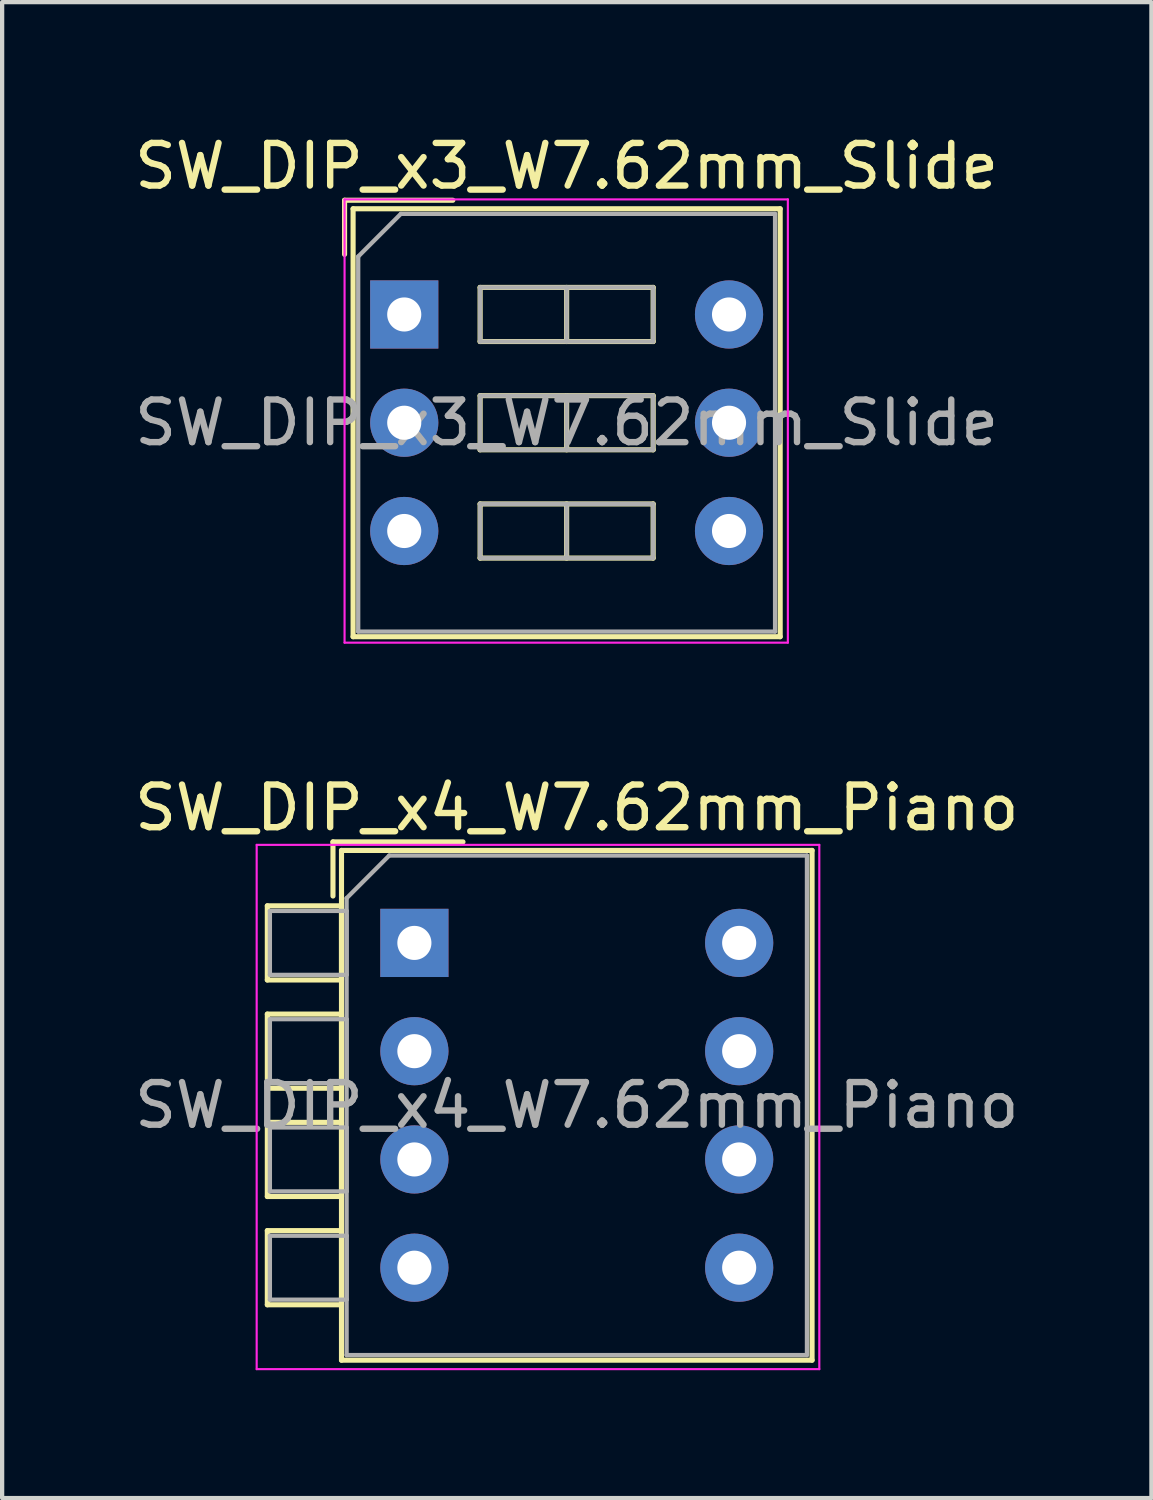
<source format=kicad_pcb>
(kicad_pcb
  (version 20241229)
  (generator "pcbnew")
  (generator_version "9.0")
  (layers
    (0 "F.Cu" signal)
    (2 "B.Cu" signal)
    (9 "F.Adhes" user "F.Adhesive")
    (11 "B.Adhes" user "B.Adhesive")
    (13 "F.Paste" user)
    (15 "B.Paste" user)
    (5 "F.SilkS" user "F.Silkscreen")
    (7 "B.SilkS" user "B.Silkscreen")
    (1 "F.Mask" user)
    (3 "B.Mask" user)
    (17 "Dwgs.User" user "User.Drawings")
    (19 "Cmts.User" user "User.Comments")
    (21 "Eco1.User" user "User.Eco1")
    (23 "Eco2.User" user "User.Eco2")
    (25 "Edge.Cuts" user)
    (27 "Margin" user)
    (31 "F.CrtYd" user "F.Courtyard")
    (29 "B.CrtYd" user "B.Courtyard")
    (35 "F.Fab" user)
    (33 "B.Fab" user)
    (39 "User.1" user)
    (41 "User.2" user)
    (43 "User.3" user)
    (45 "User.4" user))
  (footprint "SW_DIP_x3_W7.62mm_Slide"
    (layer "F.Cu")
    (at 6.434 4.328)
    (property "Reference" "SW_DIP_x3_W7.62mm_Slide" (at 3.81 -3.48 0) (layer "F.SilkS") (effects (font (size 1 1) (thickness 0.15))))
    (attr through_hole)
    (fp_line (start -1.4 -2.68) (end -1.4 -1.41) (stroke (width 0.12) (type solid)) (layer "F.SilkS"))
    (fp_line (start -1.4 -2.68) (end 1.14 -2.68) (stroke (width 0.12) (type solid)) (layer "F.SilkS"))
    (fp_line (start -1.2 -2.48) (end 8.82 -2.48) (stroke (width 0.12) (type solid)) (layer "F.SilkS"))
    (fp_line (start -1.2 7.56) (end -1.2 -2.48) (stroke (width 0.12) (type solid)) (layer "F.SilkS"))
    (fp_line (start 1.78 -0.635) (end 1.78 0.635) (stroke (width 0.12) (type solid)) (layer "F.SilkS"))
    (fp_line (start 1.78 0.635) (end 5.84 0.635) (stroke (width 0.12) (type solid)) (layer "F.SilkS"))
    (fp_line (start 1.78 1.905) (end 1.78 3.175) (stroke (width 0.12) (type solid)) (layer "F.SilkS"))
    (fp_line (start 1.78 3.175) (end 5.84 3.175) (stroke (width 0.12) (type solid)) (layer "F.SilkS"))
    (fp_line (start 1.78 4.445) (end 1.78 5.715) (stroke (width 0.12) (type solid)) (layer "F.SilkS"))
    (fp_line (start 1.78 5.715) (end 5.84 5.715) (stroke (width 0.12) (type solid)) (layer "F.SilkS"))
    (fp_line (start 3.81 -0.635) (end 3.81 0.635) (stroke (width 0.12) (type solid)) (layer "F.SilkS"))
    (fp_line (start 3.81 1.905) (end 3.81 3.175) (stroke (width 0.12) (type solid)) (layer "F.SilkS"))
    (fp_line (start 3.81 4.445) (end 3.81 5.715) (stroke (width 0.12) (type solid)) (layer "F.SilkS"))
    (fp_line (start 5.84 -0.635) (end 1.78 -0.635) (stroke (width 0.12) (type solid)) (layer "F.SilkS"))
    (fp_line (start 5.84 0.635) (end 5.84 -0.635) (stroke (width 0.12) (type solid)) (layer "F.SilkS"))
    (fp_line (start 5.84 1.905) (end 1.78 1.905) (stroke (width 0.12) (type solid)) (layer "F.SilkS"))
    (fp_line (start 5.84 3.175) (end 5.84 1.905) (stroke (width 0.12) (type solid)) (layer "F.SilkS"))
    (fp_line (start 5.84 4.445) (end 1.78 4.445) (stroke (width 0.12) (type solid)) (layer "F.SilkS"))
    (fp_line (start 5.84 5.715) (end 5.84 4.445) (stroke (width 0.12) (type solid)) (layer "F.SilkS"))
    (fp_line (start 8.82 -2.48) (end 8.82 7.56) (stroke (width 0.12) (type solid)) (layer "F.SilkS"))
    (fp_line (start 8.82 7.56) (end -1.2 7.56) (stroke (width 0.12) (type solid)) (layer "F.SilkS"))
    (fp_line (start -1.4 -2.7) (end -1.4 7.7) (stroke (width 0.05) (type solid)) (layer "F.CrtYd"))
    (fp_line (start -1.4 7.7) (end 9 7.7) (stroke (width 0.05) (type solid)) (layer "F.CrtYd"))
    (fp_line (start 9 -2.7) (end -1.4 -2.7) (stroke (width 0.05) (type solid)) (layer "F.CrtYd"))
    (fp_line (start 9 7.7) (end 9 -2.7) (stroke (width 0.05) (type solid)) (layer "F.CrtYd"))
    (fp_line (start -1.08 -1.36) (end -0.08 -2.36) (stroke (width 0.1) (type solid)) (layer "F.Fab"))
    (fp_line (start -1.08 7.44) (end -1.08 -1.36) (stroke (width 0.1) (type solid)) (layer "F.Fab"))
    (fp_line (start -0.08 -2.36) (end 8.7 -2.36) (stroke (width 0.1) (type solid)) (layer "F.Fab"))
    (fp_line (start 1.78 -0.635) (end 1.78 0.635) (stroke (width 0.1) (type solid)) (layer "F.Fab"))
    (fp_line (start 1.78 0.635) (end 5.84 0.635) (stroke (width 0.1) (type solid)) (layer "F.Fab"))
    (fp_line (start 1.78 1.905) (end 1.78 3.175) (stroke (width 0.1) (type solid)) (layer "F.Fab"))
    (fp_line (start 1.78 3.175) (end 5.84 3.175) (stroke (width 0.1) (type solid)) (layer "F.Fab"))
    (fp_line (start 1.78 4.445) (end 1.78 5.715) (stroke (width 0.1) (type solid)) (layer "F.Fab"))
    (fp_line (start 1.78 5.715) (end 5.84 5.715) (stroke (width 0.1) (type solid)) (layer "F.Fab"))
    (fp_line (start 3.81 -0.635) (end 3.81 0.635) (stroke (width 0.1) (type solid)) (layer "F.Fab"))
    (fp_line (start 3.81 1.905) (end 3.81 3.175) (stroke (width 0.1) (type solid)) (layer "F.Fab"))
    (fp_line (start 3.81 4.445) (end 3.81 5.715) (stroke (width 0.1) (type solid)) (layer "F.Fab"))
    (fp_line (start 5.84 -0.635) (end 1.78 -0.635) (stroke (width 0.1) (type solid)) (layer "F.Fab"))
    (fp_line (start 5.84 0.635) (end 5.84 -0.635) (stroke (width 0.1) (type solid)) (layer "F.Fab"))
    (fp_line (start 5.84 1.905) (end 1.78 1.905) (stroke (width 0.1) (type solid)) (layer "F.Fab"))
    (fp_line (start 5.84 3.175) (end 5.84 1.905) (stroke (width 0.1) (type solid)) (layer "F.Fab"))
    (fp_line (start 5.84 4.445) (end 1.78 4.445) (stroke (width 0.1) (type solid)) (layer "F.Fab"))
    (fp_line (start 5.84 5.715) (end 5.84 4.445) (stroke (width 0.1) (type solid)) (layer "F.Fab"))
    (fp_line (start 8.7 -2.36) (end 8.7 7.44) (stroke (width 0.1) (type solid)) (layer "F.Fab"))
    (fp_line (start 8.7 7.44) (end -1.08 7.44) (stroke (width 0.1) (type solid)) (layer "F.Fab"))
    (fp_text user "${REFERENCE}" (at 3.81 2.54 0) (layer "F.Fab") (effects (font (size 1 1) (thickness 0.15))))
    (pad "1" thru_hole rect (at 0 0) (size 1.6 1.6) (drill 0.8) (layers "*.Cu" "*.Mask"))
    (pad "2" thru_hole oval (at 0 2.54) (size 1.6 1.6) (drill 0.8) (layers "*.Cu" "*.Mask"))
    (pad "3" thru_hole oval (at 0 5.08) (size 1.6 1.6) (drill 0.8) (layers "*.Cu" "*.Mask"))
    (pad "4" thru_hole oval (at 7.62 5.08) (size 1.6 1.6) (drill 0.8) (layers "*.Cu" "*.Mask"))
    (pad "5" thru_hole oval (at 7.62 2.54) (size 1.6 1.6) (drill 0.8) (layers "*.Cu" "*.Mask"))
    (pad "6" thru_hole oval (at 7.62 0) (size 1.6 1.6) (drill 0.8) (layers "*.Cu" "*.Mask")))
  (footprint "SW_DIP_x4_W7.62mm_Piano"
    (layer "F.Cu")
    (at 6.672 19.072)
    (property "Reference" "SW_DIP_x4_W7.62mm_Piano" (at 3.81 -3.17 0) (layer "F.SilkS") (effects (font (size 1 1) (thickness 0.15))))
    (attr through_hole)
    (fp_line (start -3.45 -0.87) (end -3.45 0.87) (stroke (width 0.12) (type solid)) (layer "F.SilkS"))
    (fp_line (start -3.45 0.87) (end -1.71 0.87) (stroke (width 0.12) (type solid)) (layer "F.SilkS"))
    (fp_line (start -3.45 1.67) (end -3.45 3.41) (stroke (width 0.12) (type solid)) (layer "F.SilkS"))
    (fp_line (start -3.45 3.41) (end -1.71 3.41) (stroke (width 0.12) (type solid)) (layer "F.SilkS"))
    (fp_line (start -3.45 4.21) (end -3.45 5.95) (stroke (width 0.12) (type solid)) (layer "F.SilkS"))
    (fp_line (start -3.45 5.95) (end -1.71 5.95) (stroke (width 0.12) (type solid)) (layer "F.SilkS"))
    (fp_line (start -3.45 6.75) (end -3.45 8.49) (stroke (width 0.12) (type solid)) (layer "F.SilkS"))
    (fp_line (start -3.45 8.49) (end -1.71 8.49) (stroke (width 0.12) (type solid)) (layer "F.SilkS"))
    (fp_line (start -1.91 -2.37) (end -1.91 -1.1) (stroke (width 0.12) (type solid)) (layer "F.SilkS"))
    (fp_line (start -1.91 -2.37) (end 1.14 -2.37) (stroke (width 0.12) (type solid)) (layer "F.SilkS"))
    (fp_line (start -1.71 -2.17) (end 9.33 -2.17) (stroke (width 0.12) (type solid)) (layer "F.SilkS"))
    (fp_line (start -1.71 -0.87) (end -3.45 -0.87) (stroke (width 0.12) (type solid)) (layer "F.SilkS"))
    (fp_line (start -1.71 0.87) (end -1.71 -0.87) (stroke (width 0.12) (type solid)) (layer "F.SilkS"))
    (fp_line (start -1.71 1.67) (end -3.45 1.67) (stroke (width 0.12) (type solid)) (layer "F.SilkS"))
    (fp_line (start -1.71 3.41) (end -1.71 1.67) (stroke (width 0.12) (type solid)) (layer "F.SilkS"))
    (fp_line (start -1.71 4.21) (end -3.45 4.21) (stroke (width 0.12) (type solid)) (layer "F.SilkS"))
    (fp_line (start -1.71 5.95) (end -1.71 4.21) (stroke (width 0.12) (type solid)) (layer "F.SilkS"))
    (fp_line (start -1.71 6.75) (end -3.45 6.75) (stroke (width 0.12) (type solid)) (layer "F.SilkS"))
    (fp_line (start -1.71 8.49) (end -1.71 6.75) (stroke (width 0.12) (type solid)) (layer "F.SilkS"))
    (fp_line (start -1.71 9.79) (end -1.71 -2.17) (stroke (width 0.12) (type solid)) (layer "F.SilkS"))
    (fp_line (start 9.33 -2.17) (end 9.33 9.79) (stroke (width 0.12) (type solid)) (layer "F.SilkS"))
    (fp_line (start 9.33 9.79) (end -1.71 9.79) (stroke (width 0.12) (type solid)) (layer "F.SilkS"))
    (fp_line (start -3.7 -2.3) (end -3.7 10) (stroke (width 0.05) (type solid)) (layer "F.CrtYd"))
    (fp_line (start -3.7 10) (end 9.5 10) (stroke (width 0.05) (type solid)) (layer "F.CrtYd"))
    (fp_line (start 9.5 -2.3) (end -3.7 -2.3) (stroke (width 0.05) (type solid)) (layer "F.CrtYd"))
    (fp_line (start 9.5 10) (end 9.5 -2.3) (stroke (width 0.05) (type solid)) (layer "F.CrtYd"))
    (fp_line (start -3.39 -0.75) (end -1.59 -0.75) (stroke (width 0.1) (type solid)) (layer "F.Fab"))
    (fp_line (start -3.39 0.75) (end -3.39 -0.75) (stroke (width 0.1) (type solid)) (layer "F.Fab"))
    (fp_line (start -3.39 1.79) (end -1.59 1.79) (stroke (width 0.1) (type solid)) (layer "F.Fab"))
    (fp_line (start -3.39 3.29) (end -3.39 1.79) (stroke (width 0.1) (type solid)) (layer "F.Fab"))
    (fp_line (start -3.39 4.33) (end -1.59 4.33) (stroke (width 0.1) (type solid)) (layer "F.Fab"))
    (fp_line (start -3.39 5.83) (end -3.39 4.33) (stroke (width 0.1) (type solid)) (layer "F.Fab"))
    (fp_line (start -3.39 6.87) (end -1.59 6.87) (stroke (width 0.1) (type solid)) (layer "F.Fab"))
    (fp_line (start -3.39 8.37) (end -3.39 6.87) (stroke (width 0.1) (type solid)) (layer "F.Fab"))
    (fp_line (start -1.59 -1.05) (end -0.59 -2.05) (stroke (width 0.1) (type solid)) (layer "F.Fab"))
    (fp_line (start -1.59 -0.75) (end -1.59 0.75) (stroke (width 0.1) (type solid)) (layer "F.Fab"))
    (fp_line (start -1.59 0.75) (end -3.39 0.75) (stroke (width 0.1) (type solid)) (layer "F.Fab"))
    (fp_line (start -1.59 1.79) (end -1.59 3.29) (stroke (width 0.1) (type solid)) (layer "F.Fab"))
    (fp_line (start -1.59 3.29) (end -3.39 3.29) (stroke (width 0.1) (type solid)) (layer "F.Fab"))
    (fp_line (start -1.59 4.33) (end -1.59 5.83) (stroke (width 0.1) (type solid)) (layer "F.Fab"))
    (fp_line (start -1.59 5.83) (end -3.39 5.83) (stroke (width 0.1) (type solid)) (layer "F.Fab"))
    (fp_line (start -1.59 6.87) (end -1.59 8.37) (stroke (width 0.1) (type solid)) (layer "F.Fab"))
    (fp_line (start -1.59 8.37) (end -3.39 8.37) (stroke (width 0.1) (type solid)) (layer "F.Fab"))
    (fp_line (start -1.59 9.67) (end -1.59 -1.05) (stroke (width 0.1) (type solid)) (layer "F.Fab"))
    (fp_line (start -0.59 -2.05) (end 9.21 -2.05) (stroke (width 0.1) (type solid)) (layer "F.Fab"))
    (fp_line (start 9.21 -2.05) (end 9.21 9.67) (stroke (width 0.1) (type solid)) (layer "F.Fab"))
    (fp_line (start 9.21 9.67) (end -1.59 9.67) (stroke (width 0.1) (type solid)) (layer "F.Fab"))
    (fp_text user "${REFERENCE}" (at 3.81 3.81 0) (layer "F.Fab") (effects (font (size 1 1) (thickness 0.15))))
    (pad "1" thru_hole rect (at 0 0) (size 1.6 1.6) (drill 0.8) (layers "*.Cu" "*.Mask"))
    (pad "2" thru_hole oval (at 0 2.54) (size 1.6 1.6) (drill 0.8) (layers "*.Cu" "*.Mask"))
    (pad "3" thru_hole oval (at 0 5.08) (size 1.6 1.6) (drill 0.8) (layers "*.Cu" "*.Mask"))
    (pad "4" thru_hole oval (at 0 7.62) (size 1.6 1.6) (drill 0.8) (layers "*.Cu" "*.Mask"))
    (pad "5" thru_hole oval (at 7.62 7.62) (size 1.6 1.6) (drill 0.8) (layers "*.Cu" "*.Mask"))
    (pad "6" thru_hole oval (at 7.62 5.08) (size 1.6 1.6) (drill 0.8) (layers "*.Cu" "*.Mask"))
    (pad "7" thru_hole oval (at 7.62 2.54) (size 1.6 1.6) (drill 0.8) (layers "*.Cu" "*.Mask"))
    (pad "8" thru_hole oval (at 7.62 0) (size 1.6 1.6) (drill 0.8) (layers "*.Cu" "*.Mask")))
  (gr_rect
    (start -3 -3)
    (end 23.964 32.096)
    (stroke (width 0.1) (type default))
    (fill no)
    (layer "Edge.Cuts")))
</source>
